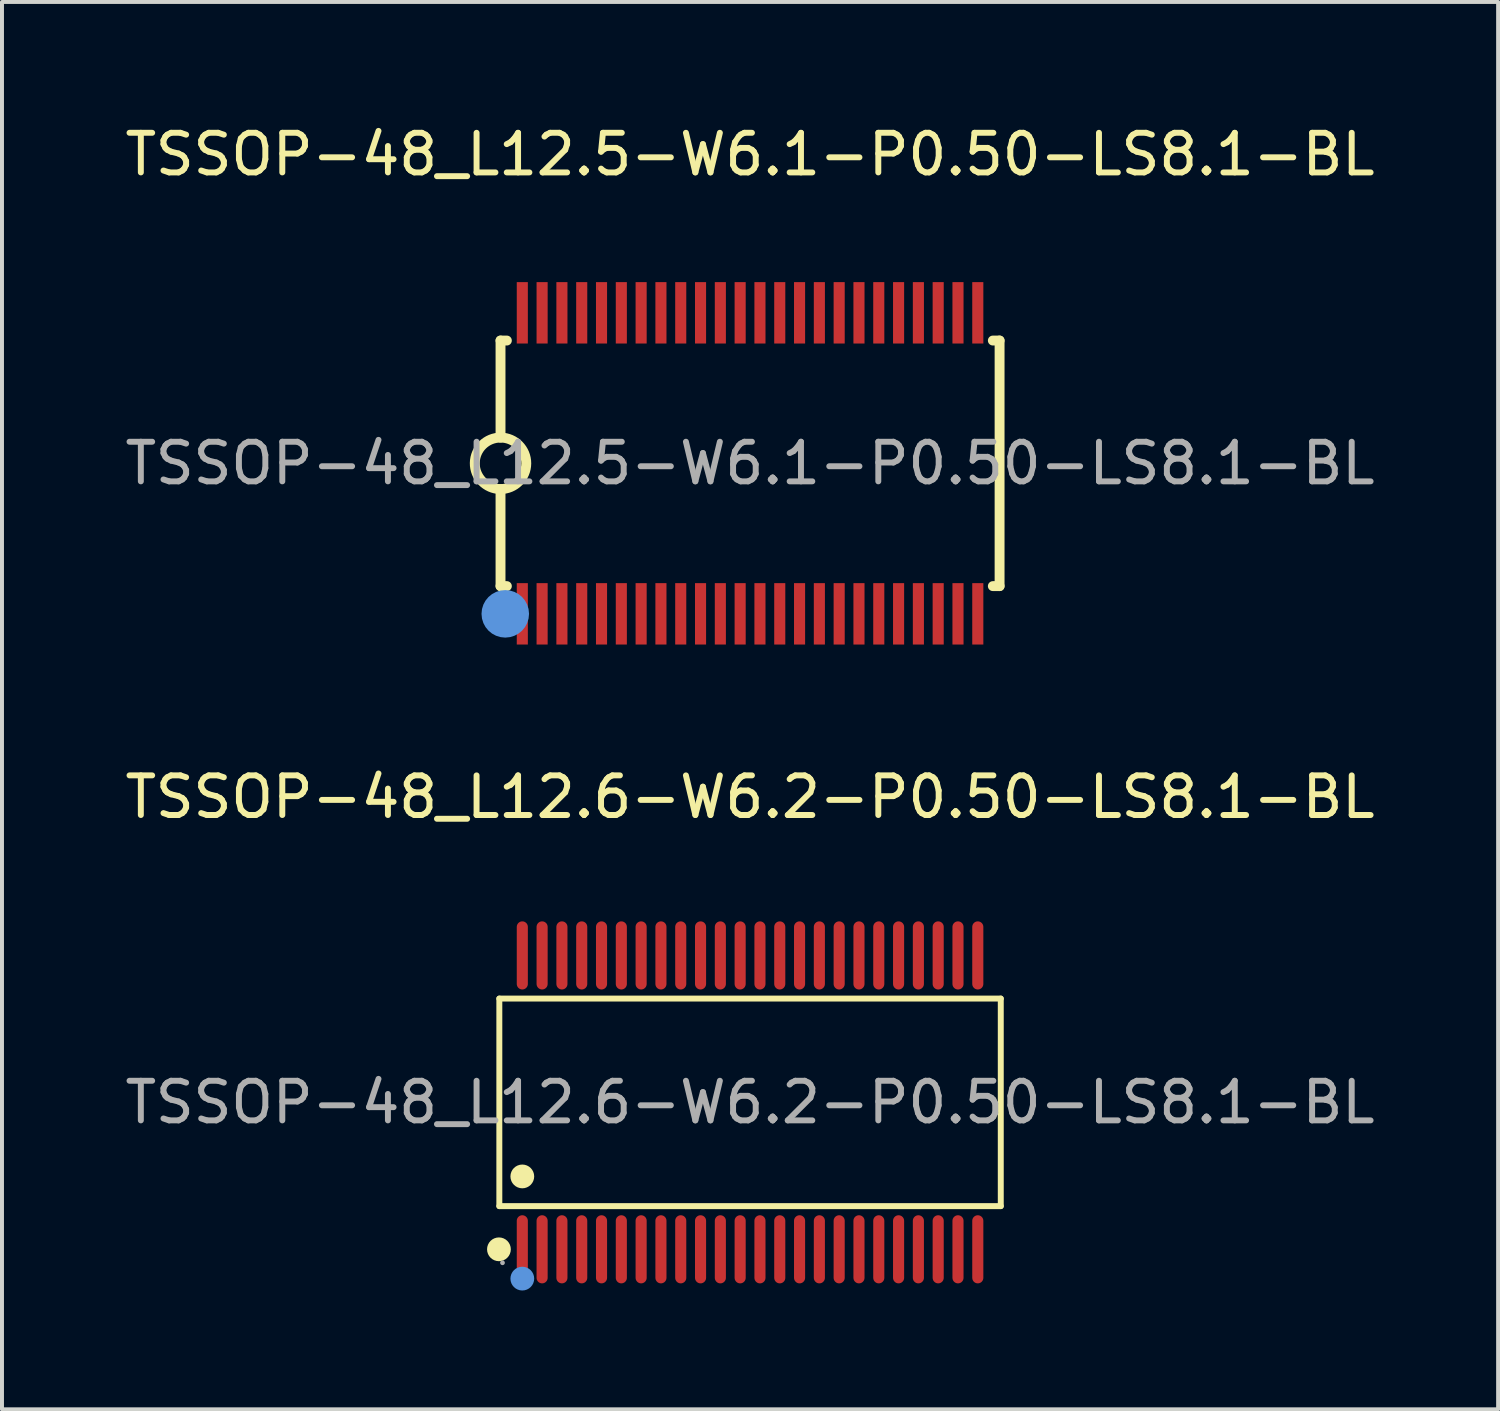
<source format=kicad_pcb>
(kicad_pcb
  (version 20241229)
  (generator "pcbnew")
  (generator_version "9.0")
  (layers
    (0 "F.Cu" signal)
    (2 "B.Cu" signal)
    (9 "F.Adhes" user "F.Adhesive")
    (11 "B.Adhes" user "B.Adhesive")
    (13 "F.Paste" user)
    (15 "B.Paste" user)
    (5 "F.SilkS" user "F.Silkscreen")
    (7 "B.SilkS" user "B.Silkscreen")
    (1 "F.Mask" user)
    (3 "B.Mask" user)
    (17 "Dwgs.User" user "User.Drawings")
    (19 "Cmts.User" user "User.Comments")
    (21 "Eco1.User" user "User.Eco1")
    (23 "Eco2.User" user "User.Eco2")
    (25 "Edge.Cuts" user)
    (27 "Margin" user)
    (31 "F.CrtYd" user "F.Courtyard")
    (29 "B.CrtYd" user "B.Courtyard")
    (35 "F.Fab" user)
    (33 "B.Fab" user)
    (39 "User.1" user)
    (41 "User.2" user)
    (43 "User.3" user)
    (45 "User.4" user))
  (footprint "TSSOP-48_L12.6-W6.2-P0.50-LS8.1-BL"
    (layer "F.Cu")
    (at 15.887 24.782)
    (property "Reference" "TSSOP-48_L12.6-W6.2-P0.50-LS8.1-BL" (at 0 -7.71 0) (layer "F.SilkS") (effects (font (size 1 1) (thickness 0.15))))
    (attr through_hole)
    (fp_line (start -6.33 -2.62) (end 6.33 -2.62) (stroke (width 0.15) (type solid)) (layer "F.SilkS"))
    (fp_line (start -6.33 2.62) (end -6.33 -2.62) (stroke (width 0.15) (type solid)) (layer "F.SilkS"))
    (fp_line (start 6.33 -2.62) (end 6.33 2.62) (stroke (width 0.15) (type solid)) (layer "F.SilkS"))
    (fp_line (start 6.33 2.62) (end -6.33 2.62) (stroke (width 0.15) (type solid)) (layer "F.SilkS"))
    (fp_circle (center -6.34 3.71) (end -6.19 3.71) (stroke (width 0.3) (type solid)) (fill no) (layer "F.SilkS"))
    (fp_circle (center -5.75 1.87) (end -5.6 1.87) (stroke (width 0.3) (type solid)) (fill no) (layer "F.SilkS"))
    (fp_circle (center -5.75 4.45) (end -5.6 4.45) (stroke (width 0.3) (type solid)) (fill no) (layer "Cmts.User"))
    (fp_circle (center -6.25 4.05) (end -6.22 4.05) (stroke (width 0.06) (type solid)) (fill no) (layer "F.Fab"))
    (fp_text user "${REFERENCE}" (at 0 0 0) (layer "F.Fab") (effects (font (size 1 1) (thickness 0.15))))
    (pad "1" smd oval (at -5.75 3.71) (size 0.28 1.72) (layers "F.Cu" "F.Mask" "F.Paste"))
    (pad "2" smd oval (at -5.25 3.71) (size 0.28 1.72) (layers "F.Cu" "F.Mask" "F.Paste"))
    (pad "3" smd oval (at -4.75 3.71) (size 0.28 1.72) (layers "F.Cu" "F.Mask" "F.Paste"))
    (pad "4" smd oval (at -4.25 3.71) (size 0.28 1.72) (layers "F.Cu" "F.Mask" "F.Paste"))
    (pad "5" smd oval (at -3.75 3.71) (size 0.28 1.72) (layers "F.Cu" "F.Mask" "F.Paste"))
    (pad "6" smd oval (at -3.25 3.71) (size 0.28 1.72) (layers "F.Cu" "F.Mask" "F.Paste"))
    (pad "7" smd oval (at -2.75 3.71) (size 0.28 1.72) (layers "F.Cu" "F.Mask" "F.Paste"))
    (pad "8" smd oval (at -2.25 3.71) (size 0.28 1.72) (layers "F.Cu" "F.Mask" "F.Paste"))
    (pad "9" smd oval (at -1.75 3.71) (size 0.28 1.72) (layers "F.Cu" "F.Mask" "F.Paste"))
    (pad "10" smd oval (at -1.25 3.71) (size 0.28 1.72) (layers "F.Cu" "F.Mask" "F.Paste"))
    (pad "11" smd oval (at -0.75 3.71) (size 0.28 1.72) (layers "F.Cu" "F.Mask" "F.Paste"))
    (pad "12" smd oval (at -0.25 3.71) (size 0.28 1.72) (layers "F.Cu" "F.Mask" "F.Paste"))
    (pad "13" smd oval (at 0.25 3.71) (size 0.28 1.72) (layers "F.Cu" "F.Mask" "F.Paste"))
    (pad "14" smd oval (at 0.75 3.71) (size 0.28 1.72) (layers "F.Cu" "F.Mask" "F.Paste"))
    (pad "15" smd oval (at 1.25 3.71) (size 0.28 1.72) (layers "F.Cu" "F.Mask" "F.Paste"))
    (pad "16" smd oval (at 1.75 3.71) (size 0.28 1.72) (layers "F.Cu" "F.Mask" "F.Paste"))
    (pad "17" smd oval (at 2.25 3.71) (size 0.28 1.72) (layers "F.Cu" "F.Mask" "F.Paste"))
    (pad "18" smd oval (at 2.75 3.71) (size 0.28 1.72) (layers "F.Cu" "F.Mask" "F.Paste"))
    (pad "19" smd oval (at 3.25 3.71) (size 0.28 1.72) (layers "F.Cu" "F.Mask" "F.Paste"))
    (pad "20" smd oval (at 3.75 3.71) (size 0.28 1.72) (layers "F.Cu" "F.Mask" "F.Paste"))
    (pad "21" smd oval (at 4.25 3.71) (size 0.28 1.72) (layers "F.Cu" "F.Mask" "F.Paste"))
    (pad "22" smd oval (at 4.75 3.71) (size 0.28 1.72) (layers "F.Cu" "F.Mask" "F.Paste"))
    (pad "23" smd oval (at 5.25 3.71) (size 0.28 1.72) (layers "F.Cu" "F.Mask" "F.Paste"))
    (pad "24" smd oval (at 5.75 3.71) (size 0.28 1.72) (layers "F.Cu" "F.Mask" "F.Paste"))
    (pad "25" smd oval (at 5.75 -3.71) (size 0.28 1.72) (layers "F.Cu" "F.Mask" "F.Paste"))
    (pad "26" smd oval (at 5.25 -3.71) (size 0.28 1.72) (layers "F.Cu" "F.Mask" "F.Paste"))
    (pad "27" smd oval (at 4.75 -3.71) (size 0.28 1.72) (layers "F.Cu" "F.Mask" "F.Paste"))
    (pad "28" smd oval (at 4.25 -3.71) (size 0.28 1.72) (layers "F.Cu" "F.Mask" "F.Paste"))
    (pad "29" smd oval (at 3.75 -3.71) (size 0.28 1.72) (layers "F.Cu" "F.Mask" "F.Paste"))
    (pad "30" smd oval (at 3.25 -3.71) (size 0.28 1.72) (layers "F.Cu" "F.Mask" "F.Paste"))
    (pad "31" smd oval (at 2.75 -3.71) (size 0.28 1.72) (layers "F.Cu" "F.Mask" "F.Paste"))
    (pad "32" smd oval (at 2.25 -3.71) (size 0.28 1.72) (layers "F.Cu" "F.Mask" "F.Paste"))
    (pad "33" smd oval (at 1.75 -3.71) (size 0.28 1.72) (layers "F.Cu" "F.Mask" "F.Paste"))
    (pad "34" smd oval (at 1.25 -3.71) (size 0.28 1.72) (layers "F.Cu" "F.Mask" "F.Paste"))
    (pad "35" smd oval (at 0.75 -3.71) (size 0.28 1.72) (layers "F.Cu" "F.Mask" "F.Paste"))
    (pad "36" smd oval (at 0.25 -3.71) (size 0.28 1.72) (layers "F.Cu" "F.Mask" "F.Paste"))
    (pad "37" smd oval (at -0.25 -3.71) (size 0.28 1.72) (layers "F.Cu" "F.Mask" "F.Paste"))
    (pad "38" smd oval (at -0.75 -3.71) (size 0.28 1.72) (layers "F.Cu" "F.Mask" "F.Paste"))
    (pad "39" smd oval (at -1.25 -3.71) (size 0.28 1.72) (layers "F.Cu" "F.Mask" "F.Paste"))
    (pad "40" smd oval (at -1.75 -3.71) (size 0.28 1.72) (layers "F.Cu" "F.Mask" "F.Paste"))
    (pad "41" smd oval (at -2.25 -3.71) (size 0.28 1.72) (layers "F.Cu" "F.Mask" "F.Paste"))
    (pad "42" smd oval (at -2.75 -3.71) (size 0.28 1.72) (layers "F.Cu" "F.Mask" "F.Paste"))
    (pad "43" smd oval (at -3.25 -3.71) (size 0.28 1.72) (layers "F.Cu" "F.Mask" "F.Paste"))
    (pad "44" smd oval (at -3.75 -3.71) (size 0.28 1.72) (layers "F.Cu" "F.Mask" "F.Paste"))
    (pad "45" smd oval (at -4.25 -3.71) (size 0.28 1.72) (layers "F.Cu" "F.Mask" "F.Paste"))
    (pad "46" smd oval (at -4.75 -3.71) (size 0.28 1.72) (layers "F.Cu" "F.Mask" "F.Paste"))
    (pad "47" smd oval (at -5.25 -3.71) (size 0.28 1.72) (layers "F.Cu" "F.Mask" "F.Paste"))
    (pad "48" smd oval (at -5.75 -3.71) (size 0.28 1.72) (layers "F.Cu" "F.Mask" "F.Paste")))
  (footprint "TSSOP-48_L12.5-W6.1-P0.50-LS8.1-BL"
    (layer "F.Cu")
    (at 15.887 8.648)
    (property "Reference" "TSSOP-48_L12.5-W6.1-P0.50-LS8.1-BL" (at 0 -7.8 0) (layer "F.SilkS") (effects (font (size 1 1) (thickness 0.15))))
    (attr through_hole)
    (fp_line (start -6.3 -3.1) (end -6.3 -0.65) (stroke (width 0.25) (type solid)) (layer "F.SilkS"))
    (fp_line (start -6.3 -3.1) (end -6.14 -3.1) (stroke (width 0.25) (type solid)) (layer "F.SilkS"))
    (fp_line (start -6.3 3.1) (end -6.3 0.65) (stroke (width 0.25) (type solid)) (layer "F.SilkS"))
    (fp_line (start -6.3 3.1) (end -6.14 3.1) (stroke (width 0.25) (type solid)) (layer "F.SilkS"))
    (fp_line (start 6.13 -3.1) (end 6.3 -3.1) (stroke (width 0.25) (type solid)) (layer "F.SilkS"))
    (fp_line (start 6.13 3.1) (end 6.3 3.1) (stroke (width 0.25) (type solid)) (layer "F.SilkS"))
    (fp_line (start 6.3 -3.1) (end 6.3 3.1) (stroke (width 0.25) (type solid)) (layer "F.SilkS"))
    (fp_arc (start -6.311344 0.649901) (mid -6.294328 -0.649975) (end -6.3 0.65) (stroke (width 0.25) (type solid)) (layer "F.SilkS"))
    (fp_circle (center -6.35 3.81) (end -6.22 3.81) (stroke (width 0.25) (type solid)) (fill no) (layer "F.SilkS"))
    (fp_circle (center -6.18 3.8) (end -5.88 3.8) (stroke (width 0.6) (type solid)) (fill no) (layer "Cmts.User"))
    (fp_circle (center -6.25 4.05) (end -6.22 4.05) (stroke (width 0.06) (type solid)) (fill no) (layer "F.Fab"))
    (fp_text user "${REFERENCE}" (at 0 0 0) (layer "F.Fab") (effects (font (size 1 1) (thickness 0.15))))
    (pad "1" smd rect (at -5.75 3.8) (size 0.28 1.55) (layers "F.Cu" "F.Mask" "F.Paste"))
    (pad "2" smd rect (at -5.25 3.8) (size 0.28 1.55) (layers "F.Cu" "F.Mask" "F.Paste"))
    (pad "3" smd rect (at -4.75 3.8) (size 0.28 1.55) (layers "F.Cu" "F.Mask" "F.Paste"))
    (pad "4" smd rect (at -4.25 3.8) (size 0.28 1.55) (layers "F.Cu" "F.Mask" "F.Paste"))
    (pad "5" smd rect (at -3.75 3.8) (size 0.28 1.55) (layers "F.Cu" "F.Mask" "F.Paste"))
    (pad "6" smd rect (at -3.25 3.8) (size 0.28 1.55) (layers "F.Cu" "F.Mask" "F.Paste"))
    (pad "7" smd rect (at -2.75 3.8) (size 0.28 1.55) (layers "F.Cu" "F.Mask" "F.Paste"))
    (pad "8" smd rect (at -2.25 3.8) (size 0.28 1.55) (layers "F.Cu" "F.Mask" "F.Paste"))
    (pad "9" smd rect (at -1.75 3.8) (size 0.28 1.55) (layers "F.Cu" "F.Mask" "F.Paste"))
    (pad "10" smd rect (at -1.25 3.8) (size 0.28 1.55) (layers "F.Cu" "F.Mask" "F.Paste"))
    (pad "11" smd rect (at -0.75 3.8) (size 0.28 1.55) (layers "F.Cu" "F.Mask" "F.Paste"))
    (pad "12" smd rect (at -0.25 3.8) (size 0.28 1.55) (layers "F.Cu" "F.Mask" "F.Paste"))
    (pad "13" smd rect (at 0.25 3.8) (size 0.28 1.55) (layers "F.Cu" "F.Mask" "F.Paste"))
    (pad "14" smd rect (at 0.75 3.8) (size 0.28 1.55) (layers "F.Cu" "F.Mask" "F.Paste"))
    (pad "15" smd rect (at 1.25 3.8) (size 0.28 1.55) (layers "F.Cu" "F.Mask" "F.Paste"))
    (pad "16" smd rect (at 1.75 3.8) (size 0.28 1.55) (layers "F.Cu" "F.Mask" "F.Paste"))
    (pad "17" smd rect (at 2.25 3.8) (size 0.28 1.55) (layers "F.Cu" "F.Mask" "F.Paste"))
    (pad "18" smd rect (at 2.75 3.8) (size 0.28 1.55) (layers "F.Cu" "F.Mask" "F.Paste"))
    (pad "19" smd rect (at 3.25 3.8) (size 0.28 1.55) (layers "F.Cu" "F.Mask" "F.Paste"))
    (pad "20" smd rect (at 3.75 3.8) (size 0.28 1.55) (layers "F.Cu" "F.Mask" "F.Paste"))
    (pad "21" smd rect (at 4.25 3.8) (size 0.28 1.55) (layers "F.Cu" "F.Mask" "F.Paste"))
    (pad "22" smd rect (at 4.75 3.8) (size 0.28 1.55) (layers "F.Cu" "F.Mask" "F.Paste"))
    (pad "23" smd rect (at 5.25 3.8) (size 0.28 1.55) (layers "F.Cu" "F.Mask" "F.Paste"))
    (pad "24" smd rect (at 5.75 3.8) (size 0.28 1.55) (layers "F.Cu" "F.Mask" "F.Paste"))
    (pad "25" smd rect (at 5.75 -3.8) (size 0.28 1.55) (layers "F.Cu" "F.Mask" "F.Paste"))
    (pad "26" smd rect (at 5.25 -3.8) (size 0.28 1.55) (layers "F.Cu" "F.Mask" "F.Paste"))
    (pad "27" smd rect (at 4.75 -3.8) (size 0.28 1.55) (layers "F.Cu" "F.Mask" "F.Paste"))
    (pad "28" smd rect (at 4.25 -3.8) (size 0.28 1.55) (layers "F.Cu" "F.Mask" "F.Paste"))
    (pad "29" smd rect (at 3.75 -3.8) (size 0.28 1.55) (layers "F.Cu" "F.Mask" "F.Paste"))
    (pad "30" smd rect (at 3.25 -3.8) (size 0.28 1.55) (layers "F.Cu" "F.Mask" "F.Paste"))
    (pad "31" smd rect (at 2.75 -3.8) (size 0.28 1.55) (layers "F.Cu" "F.Mask" "F.Paste"))
    (pad "32" smd rect (at 2.25 -3.8) (size 0.28 1.55) (layers "F.Cu" "F.Mask" "F.Paste"))
    (pad "33" smd rect (at 1.75 -3.8) (size 0.28 1.55) (layers "F.Cu" "F.Mask" "F.Paste"))
    (pad "34" smd rect (at 1.25 -3.8) (size 0.28 1.55) (layers "F.Cu" "F.Mask" "F.Paste"))
    (pad "35" smd rect (at 0.75 -3.8) (size 0.28 1.55) (layers "F.Cu" "F.Mask" "F.Paste"))
    (pad "36" smd rect (at 0.25 -3.8) (size 0.28 1.55) (layers "F.Cu" "F.Mask" "F.Paste"))
    (pad "37" smd rect (at -0.25 -3.8) (size 0.28 1.55) (layers "F.Cu" "F.Mask" "F.Paste"))
    (pad "38" smd rect (at -0.75 -3.8) (size 0.28 1.55) (layers "F.Cu" "F.Mask" "F.Paste"))
    (pad "39" smd rect (at -1.25 -3.8) (size 0.28 1.55) (layers "F.Cu" "F.Mask" "F.Paste"))
    (pad "40" smd rect (at -1.75 -3.8) (size 0.28 1.55) (layers "F.Cu" "F.Mask" "F.Paste"))
    (pad "41" smd rect (at -2.25 -3.8) (size 0.28 1.55) (layers "F.Cu" "F.Mask" "F.Paste"))
    (pad "42" smd rect (at -2.75 -3.8) (size 0.28 1.55) (layers "F.Cu" "F.Mask" "F.Paste"))
    (pad "43" smd rect (at -3.25 -3.8) (size 0.28 1.55) (layers "F.Cu" "F.Mask" "F.Paste"))
    (pad "44" smd rect (at -3.75 -3.8) (size 0.28 1.55) (layers "F.Cu" "F.Mask" "F.Paste"))
    (pad "45" smd rect (at -4.25 -3.8) (size 0.28 1.55) (layers "F.Cu" "F.Mask" "F.Paste"))
    (pad "46" smd rect (at -4.75 -3.8) (size 0.28 1.55) (layers "F.Cu" "F.Mask" "F.Paste"))
    (pad "47" smd rect (at -5.25 -3.8) (size 0.28 1.55) (layers "F.Cu" "F.Mask" "F.Paste"))
    (pad "48" smd rect (at -5.75 -3.8) (size 0.28 1.55) (layers "F.Cu" "F.Mask" "F.Paste")))
  (gr_rect
    (start -3 -3)
    (end 34.774 32.532)
    (stroke (width 0.1) (type default))
    (fill no)
    (layer "Edge.Cuts")))
</source>
